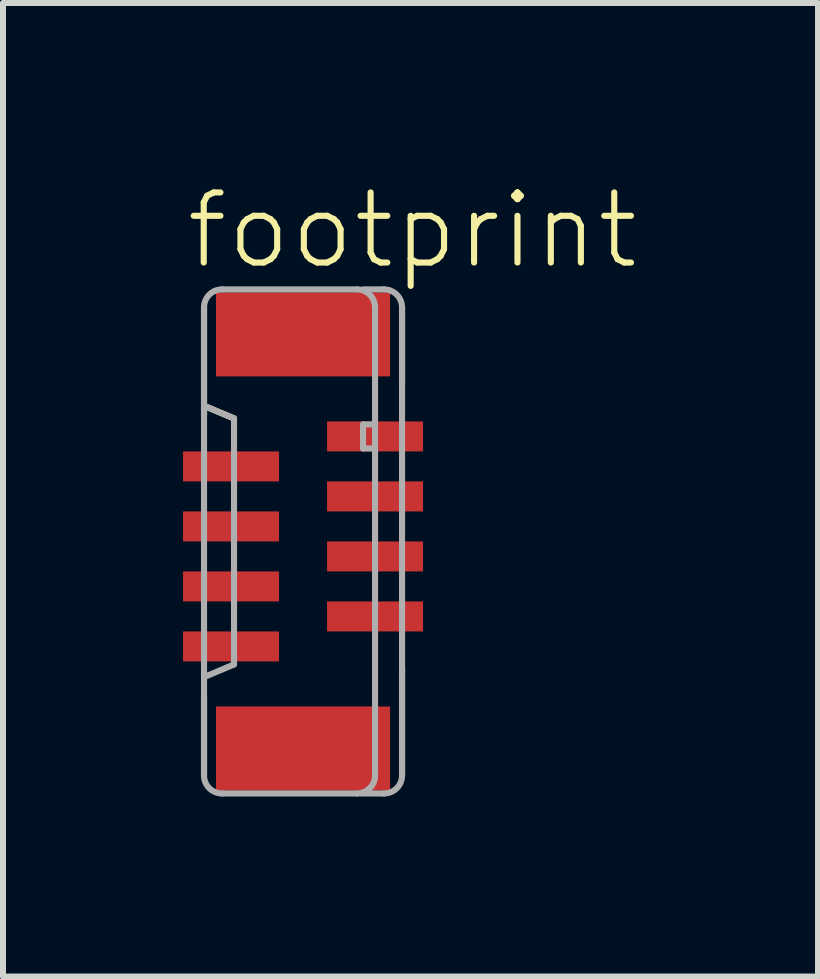
<source format=kicad_pcb>
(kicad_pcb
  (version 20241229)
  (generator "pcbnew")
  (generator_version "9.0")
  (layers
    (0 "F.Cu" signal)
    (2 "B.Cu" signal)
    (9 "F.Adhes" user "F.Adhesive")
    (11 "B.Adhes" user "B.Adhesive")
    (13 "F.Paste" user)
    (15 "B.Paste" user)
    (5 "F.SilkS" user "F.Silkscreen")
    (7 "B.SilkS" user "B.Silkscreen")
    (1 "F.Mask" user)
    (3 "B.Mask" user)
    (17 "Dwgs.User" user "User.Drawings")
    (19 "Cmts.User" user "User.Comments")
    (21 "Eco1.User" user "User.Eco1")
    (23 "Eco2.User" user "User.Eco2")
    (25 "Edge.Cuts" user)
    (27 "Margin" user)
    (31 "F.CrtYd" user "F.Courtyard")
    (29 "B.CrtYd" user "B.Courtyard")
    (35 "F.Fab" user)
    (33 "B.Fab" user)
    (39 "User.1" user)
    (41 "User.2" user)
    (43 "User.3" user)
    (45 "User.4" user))
  (footprint "footprint"
    (layer "F.Cu")
    (at 2 5.973)
    (property "Reference" "footprint" (at -2 -4.5 0) (layer "F.SilkS") (effects (font (size 1.168 1.168) (thickness 0.102)) (justify left bottom)))
    (fp_line (start -1.65 -3.9) (end -1.65 -2.1) (stroke (width 0.102) (type solid)) (layer "F.SilkS"))
    (fp_line (start -1.65 2.6) (end -1.65 3.9) (stroke (width 0.102) (type solid)) (layer "F.SilkS"))
    (fp_line (start -1.625 -2.25) (end -1.15 -2.05) (stroke (width 0.102) (type solid)) (layer "F.SilkS"))
    (fp_line (start 1.65 -2.6) (end 1.65 -3.9) (stroke (width 0.102) (type solid)) (layer "F.SilkS"))
    (fp_line (start 1.65 3.9) (end 1.65 2.1) (stroke (width 0.102) (type solid)) (layer "F.SilkS"))
    (fp_line (start -1.65 -3.9) (end -1.65 3.9) (stroke (width 0.102) (type solid)) (layer "F.Fab"))
    (fp_line (start -1.625 -2.25) (end -1.15 -2.05) (stroke (width 0.102) (type solid)) (layer "F.Fab"))
    (fp_line (start -1.35 4.2) (end 0.9 4.2) (stroke (width 0.102) (type solid)) (layer "F.Fab"))
    (fp_line (start -1.15 -2.05) (end -1.15 2.05) (stroke (width 0.102) (type solid)) (layer "F.Fab"))
    (fp_line (start -1.15 2.05) (end -1.625 2.25) (stroke (width 0.102) (type solid)) (layer "F.Fab"))
    (fp_line (start 0.9 -4.2) (end -1.35 -4.2) (stroke (width 0.102) (type solid)) (layer "F.Fab"))
    (fp_line (start 0.975 4.2) (end 1.35 4.2) (stroke (width 0.102) (type solid)) (layer "F.Fab"))
    (fp_line (start 1 -4.2) (end 1.35 -4.2) (stroke (width 0.102) (type solid)) (layer "F.Fab"))
    (fp_line (start 1 -1.95) (end 1 -1.55) (stroke (width 0.102) (type solid)) (layer "F.Fab"))
    (fp_line (start 1 -1.55) (end 1.15 -1.55) (stroke (width 0.102) (type solid)) (layer "F.Fab"))
    (fp_line (start 1.15 -1.95) (end 1 -1.95) (stroke (width 0.102) (type solid)) (layer "F.Fab"))
    (fp_line (start 1.2 3.9) (end 1.2 -3.9) (stroke (width 0.102) (type solid)) (layer "F.Fab"))
    (fp_line (start 1.65 3.9) (end 1.65 -3.9) (stroke (width 0.102) (type solid)) (layer "F.Fab"))
    (fp_arc (start -1.65 -3.9) (mid -1.562132 -4.112132) (end -1.35 -4.2) (stroke (width 0.1016) (type solid)) (layer "F.Fab"))
    (fp_arc (start -1.35 4.2) (mid -1.562132 4.112132) (end -1.65 3.9) (stroke (width 0.1016) (type solid)) (layer "F.Fab"))
    (fp_arc (start 0.9 -4.2) (mid 1.112132 -4.112132) (end 1.2 -3.9) (stroke (width 0.1016) (type solid)) (layer "F.Fab"))
    (fp_arc (start 1.2 3.9) (mid 1.112132 4.112132) (end 0.9 4.2) (stroke (width 0.1016) (type solid)) (layer "F.Fab"))
    (fp_arc (start 1.35 -4.2) (mid 1.562132 -4.112132) (end 1.65 -3.9) (stroke (width 0.1016) (type solid)) (layer "F.Fab"))
    (fp_arc (start 1.65 3.9) (mid 1.562132 4.112132) (end 1.35 4.2) (stroke (width 0.1016) (type solid)) (layer "F.Fab"))
    (pad "1" smd rect (at 1.2 -1.75 270) (size 0.5 1.6) (layers "F.Cu" "F.Mask" "F.Paste"))
    (pad "2" smd rect (at -1.2 -1.25 90) (size 0.5 1.6) (layers "F.Cu" "F.Mask" "F.Paste"))
    (pad "3" smd rect (at 1.2 -0.75 270) (size 0.5 1.6) (layers "F.Cu" "F.Mask" "F.Paste"))
    (pad "4" smd rect (at -1.2 -0.25 90) (size 0.5 1.6) (layers "F.Cu" "F.Mask" "F.Paste"))
    (pad "5" smd rect (at 1.2 0.25 270) (size 0.5 1.6) (layers "F.Cu" "F.Mask" "F.Paste"))
    (pad "6" smd rect (at -1.2 0.75 90) (size 0.5 1.6) (layers "F.Cu" "F.Mask" "F.Paste"))
    (pad "7" smd rect (at 1.2 1.25 270) (size 0.5 1.6) (layers "F.Cu" "F.Mask" "F.Paste"))
    (pad "8" smd rect (at -1.2 1.75 90) (size 0.5 1.6) (layers "F.Cu" "F.Mask" "F.Paste"))
    (pad "M1" smd rect (at 0 -3.45 270) (size 1.4 2.9) (layers "F.Cu" "F.Mask" "F.Paste"))
    (pad "M2" smd rect (at 0 3.45 270) (size 1.4 2.9) (layers "F.Cu" "F.Mask" "F.Paste")))
  (gr_rect
    (start -3 -3)
    (end 10.582 13.224)
    (stroke (width 0.1) (type default))
    (fill no)
    (layer "Edge.Cuts")))
</source>
